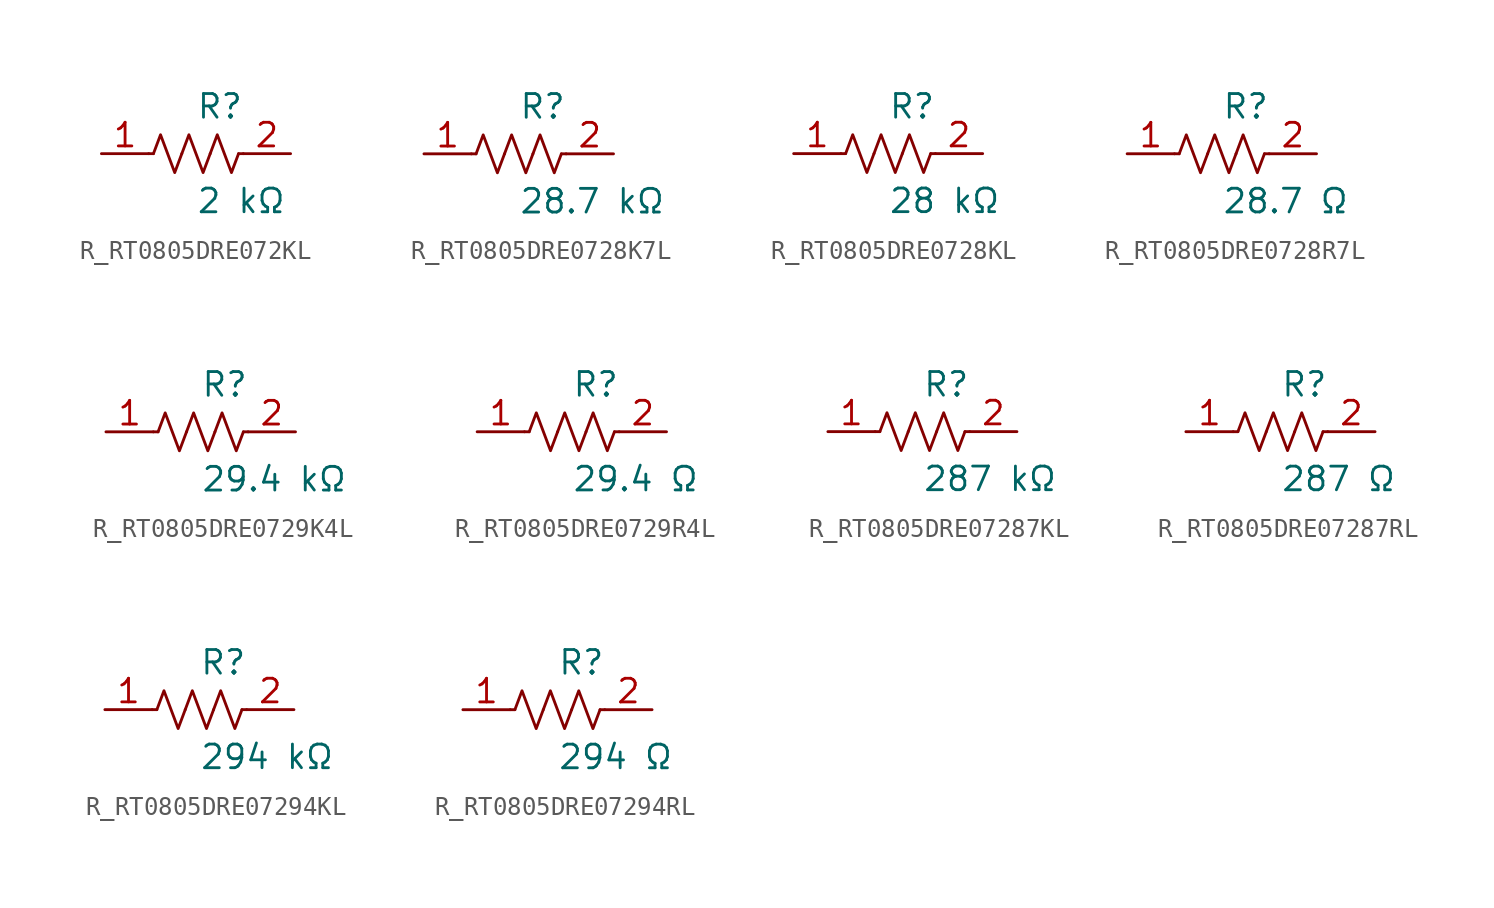
<source format=kicad_sym>
(kicad_symbol_lib
  (version 20231120)
  (generator kicad_symbol_editor)
  (generator_version 8.0)
  (symbol "R_RT0805DRE072KL"
    (pin_names
      (offset 0.254))
    (property "Reference" "R"
      (at 0 2.54 0)
      (effects (font (size 1.27 1.27)) (justify left)))
    (property "Value" "2 kΩ"
      (at 0 -2.54 0)
      (effects (font (size 1.27 1.27)) (justify left)))
    (symbol "R_RT0805DRE072KL_0_1"
      (polyline (pts (xy 2.286 0) (xy 2.54 0)) (stroke (width 0) (type default)) (fill (type none)))
      (polyline (pts (xy -2.286 0) (xy -2.54 0)) (stroke (width 0) (type default)) (fill (type none)))
      (polyline (pts (xy 0.762 0) (xy 1.143 1.016) (xy 1.524 0) (xy 1.905 -1.016) (xy 2.286 0)) (stroke (width 0) (type default)) (fill (type none)))
      (polyline (pts (xy -0.762 0) (xy -0.381 1.016) (xy 0 0) (xy 0.381 -1.016) (xy 0.762 0)) (stroke (width 0) (type default)) (fill (type none)))
      (polyline (pts (xy -2.286 0) (xy -1.905 1.016) (xy -1.524 0) (xy -1.143 -1.016) (xy -0.762 0)) (stroke (width 0) (type default)) (fill (type none))))
    (pin passive line
      (at -5.08 0 0)
      (length 2.54)
      (name "" (effects (font (size 1.27 1.27))))
      (number "1" (effects (font (size 1.27 1.27)))))
    (pin passive line
      (at 5.08 0 180)
      (length 2.54)
      (name "" (effects (font (size 1.27 1.27))))
      (number "2" (effects (font (size 1.27 1.27))))))
  (symbol "R_RT0805DRE0728K7L"
    (pin_names
      (offset 0.254))
    (property "Reference" "R"
      (at 0 2.54 0)
      (effects (font (size 1.27 1.27)) (justify left)))
    (property "Value" "28.7 kΩ"
      (at 0 -2.54 0)
      (effects (font (size 1.27 1.27)) (justify left)))
    (symbol "R_RT0805DRE0728K7L_0_1"
      (polyline (pts (xy 2.286 0) (xy 2.54 0)) (stroke (width 0) (type default)) (fill (type none)))
      (polyline (pts (xy -2.286 0) (xy -2.54 0)) (stroke (width 0) (type default)) (fill (type none)))
      (polyline (pts (xy 0.762 0) (xy 1.143 1.016) (xy 1.524 0) (xy 1.905 -1.016) (xy 2.286 0)) (stroke (width 0) (type default)) (fill (type none)))
      (polyline (pts (xy -0.762 0) (xy -0.381 1.016) (xy 0 0) (xy 0.381 -1.016) (xy 0.762 0)) (stroke (width 0) (type default)) (fill (type none)))
      (polyline (pts (xy -2.286 0) (xy -1.905 1.016) (xy -1.524 0) (xy -1.143 -1.016) (xy -0.762 0)) (stroke (width 0) (type default)) (fill (type none))))
    (pin passive line
      (at -5.08 0 0)
      (length 2.54)
      (name "" (effects (font (size 1.27 1.27))))
      (number "1" (effects (font (size 1.27 1.27)))))
    (pin passive line
      (at 5.08 0 180)
      (length 2.54)
      (name "" (effects (font (size 1.27 1.27))))
      (number "2" (effects (font (size 1.27 1.27))))))
  (symbol "R_RT0805DRE0728KL"
    (pin_names
      (offset 0.254))
    (property "Reference" "R"
      (at 0 2.54 0)
      (effects (font (size 1.27 1.27)) (justify left)))
    (property "Value" "28 kΩ"
      (at 0 -2.54 0)
      (effects (font (size 1.27 1.27)) (justify left)))
    (symbol "R_RT0805DRE0728KL_0_1"
      (polyline (pts (xy 2.286 0) (xy 2.54 0)) (stroke (width 0) (type default)) (fill (type none)))
      (polyline (pts (xy -2.286 0) (xy -2.54 0)) (stroke (width 0) (type default)) (fill (type none)))
      (polyline (pts (xy 0.762 0) (xy 1.143 1.016) (xy 1.524 0) (xy 1.905 -1.016) (xy 2.286 0)) (stroke (width 0) (type default)) (fill (type none)))
      (polyline (pts (xy -0.762 0) (xy -0.381 1.016) (xy 0 0) (xy 0.381 -1.016) (xy 0.762 0)) (stroke (width 0) (type default)) (fill (type none)))
      (polyline (pts (xy -2.286 0) (xy -1.905 1.016) (xy -1.524 0) (xy -1.143 -1.016) (xy -0.762 0)) (stroke (width 0) (type default)) (fill (type none))))
    (pin passive line
      (at -5.08 0 0)
      (length 2.54)
      (name "" (effects (font (size 1.27 1.27))))
      (number "1" (effects (font (size 1.27 1.27)))))
    (pin passive line
      (at 5.08 0 180)
      (length 2.54)
      (name "" (effects (font (size 1.27 1.27))))
      (number "2" (effects (font (size 1.27 1.27))))))
  (symbol "R_RT0805DRE0728R7L"
    (pin_names
      (offset 0.254))
    (property "Reference" "R"
      (at 0 2.54 0)
      (effects (font (size 1.27 1.27)) (justify left)))
    (property "Value" "28.7 Ω"
      (at 0 -2.54 0)
      (effects (font (size 1.27 1.27)) (justify left)))
    (symbol "R_RT0805DRE0728R7L_0_1"
      (polyline (pts (xy 2.286 0) (xy 2.54 0)) (stroke (width 0) (type default)) (fill (type none)))
      (polyline (pts (xy -2.286 0) (xy -2.54 0)) (stroke (width 0) (type default)) (fill (type none)))
      (polyline (pts (xy 0.762 0) (xy 1.143 1.016) (xy 1.524 0) (xy 1.905 -1.016) (xy 2.286 0)) (stroke (width 0) (type default)) (fill (type none)))
      (polyline (pts (xy -0.762 0) (xy -0.381 1.016) (xy 0 0) (xy 0.381 -1.016) (xy 0.762 0)) (stroke (width 0) (type default)) (fill (type none)))
      (polyline (pts (xy -2.286 0) (xy -1.905 1.016) (xy -1.524 0) (xy -1.143 -1.016) (xy -0.762 0)) (stroke (width 0) (type default)) (fill (type none))))
    (pin passive line
      (at -5.08 0 0)
      (length 2.54)
      (name "" (effects (font (size 1.27 1.27))))
      (number "1" (effects (font (size 1.27 1.27)))))
    (pin passive line
      (at 5.08 0 180)
      (length 2.54)
      (name "" (effects (font (size 1.27 1.27))))
      (number "2" (effects (font (size 1.27 1.27))))))
  (symbol "R_RT0805DRE0729K4L"
    (pin_names
      (offset 0.254))
    (property "Reference" "R"
      (at 0 2.54 0)
      (effects (font (size 1.27 1.27)) (justify left)))
    (property "Value" "29.4 kΩ"
      (at 0 -2.54 0)
      (effects (font (size 1.27 1.27)) (justify left)))
    (symbol "R_RT0805DRE0729K4L_0_1"
      (polyline (pts (xy 2.286 0) (xy 2.54 0)) (stroke (width 0) (type default)) (fill (type none)))
      (polyline (pts (xy -2.286 0) (xy -2.54 0)) (stroke (width 0) (type default)) (fill (type none)))
      (polyline (pts (xy 0.762 0) (xy 1.143 1.016) (xy 1.524 0) (xy 1.905 -1.016) (xy 2.286 0)) (stroke (width 0) (type default)) (fill (type none)))
      (polyline (pts (xy -0.762 0) (xy -0.381 1.016) (xy 0 0) (xy 0.381 -1.016) (xy 0.762 0)) (stroke (width 0) (type default)) (fill (type none)))
      (polyline (pts (xy -2.286 0) (xy -1.905 1.016) (xy -1.524 0) (xy -1.143 -1.016) (xy -0.762 0)) (stroke (width 0) (type default)) (fill (type none))))
    (pin passive line
      (at -5.08 0 0)
      (length 2.54)
      (name "" (effects (font (size 1.27 1.27))))
      (number "1" (effects (font (size 1.27 1.27)))))
    (pin passive line
      (at 5.08 0 180)
      (length 2.54)
      (name "" (effects (font (size 1.27 1.27))))
      (number "2" (effects (font (size 1.27 1.27))))))
  (symbol "R_RT0805DRE0729R4L"
    (pin_names
      (offset 0.254))
    (property "Reference" "R"
      (at 0 2.54 0)
      (effects (font (size 1.27 1.27)) (justify left)))
    (property "Value" "29.4 Ω"
      (at 0 -2.54 0)
      (effects (font (size 1.27 1.27)) (justify left)))
    (symbol "R_RT0805DRE0729R4L_0_1"
      (polyline (pts (xy 2.286 0) (xy 2.54 0)) (stroke (width 0) (type default)) (fill (type none)))
      (polyline (pts (xy -2.286 0) (xy -2.54 0)) (stroke (width 0) (type default)) (fill (type none)))
      (polyline (pts (xy 0.762 0) (xy 1.143 1.016) (xy 1.524 0) (xy 1.905 -1.016) (xy 2.286 0)) (stroke (width 0) (type default)) (fill (type none)))
      (polyline (pts (xy -0.762 0) (xy -0.381 1.016) (xy 0 0) (xy 0.381 -1.016) (xy 0.762 0)) (stroke (width 0) (type default)) (fill (type none)))
      (polyline (pts (xy -2.286 0) (xy -1.905 1.016) (xy -1.524 0) (xy -1.143 -1.016) (xy -0.762 0)) (stroke (width 0) (type default)) (fill (type none))))
    (pin passive line
      (at -5.08 0 0)
      (length 2.54)
      (name "" (effects (font (size 1.27 1.27))))
      (number "1" (effects (font (size 1.27 1.27)))))
    (pin passive line
      (at 5.08 0 180)
      (length 2.54)
      (name "" (effects (font (size 1.27 1.27))))
      (number "2" (effects (font (size 1.27 1.27))))))
  (symbol "R_RT0805DRE07287KL"
    (pin_names
      (offset 0.254))
    (property "Reference" "R"
      (at 0 2.54 0)
      (effects (font (size 1.27 1.27)) (justify left)))
    (property "Value" "287 kΩ"
      (at 0 -2.54 0)
      (effects (font (size 1.27 1.27)) (justify left)))
    (symbol "R_RT0805DRE07287KL_0_1"
      (polyline (pts (xy 2.286 0) (xy 2.54 0)) (stroke (width 0) (type default)) (fill (type none)))
      (polyline (pts (xy -2.286 0) (xy -2.54 0)) (stroke (width 0) (type default)) (fill (type none)))
      (polyline (pts (xy 0.762 0) (xy 1.143 1.016) (xy 1.524 0) (xy 1.905 -1.016) (xy 2.286 0)) (stroke (width 0) (type default)) (fill (type none)))
      (polyline (pts (xy -0.762 0) (xy -0.381 1.016) (xy 0 0) (xy 0.381 -1.016) (xy 0.762 0)) (stroke (width 0) (type default)) (fill (type none)))
      (polyline (pts (xy -2.286 0) (xy -1.905 1.016) (xy -1.524 0) (xy -1.143 -1.016) (xy -0.762 0)) (stroke (width 0) (type default)) (fill (type none))))
    (pin passive line
      (at -5.08 0 0)
      (length 2.54)
      (name "" (effects (font (size 1.27 1.27))))
      (number "1" (effects (font (size 1.27 1.27)))))
    (pin passive line
      (at 5.08 0 180)
      (length 2.54)
      (name "" (effects (font (size 1.27 1.27))))
      (number "2" (effects (font (size 1.27 1.27))))))
  (symbol "R_RT0805DRE07287RL"
    (pin_names
      (offset 0.254))
    (property "Reference" "R"
      (at 0 2.54 0)
      (effects (font (size 1.27 1.27)) (justify left)))
    (property "Value" "287 Ω"
      (at 0 -2.54 0)
      (effects (font (size 1.27 1.27)) (justify left)))
    (symbol "R_RT0805DRE07287RL_0_1"
      (polyline (pts (xy 2.286 0) (xy 2.54 0)) (stroke (width 0) (type default)) (fill (type none)))
      (polyline (pts (xy -2.286 0) (xy -2.54 0)) (stroke (width 0) (type default)) (fill (type none)))
      (polyline (pts (xy 0.762 0) (xy 1.143 1.016) (xy 1.524 0) (xy 1.905 -1.016) (xy 2.286 0)) (stroke (width 0) (type default)) (fill (type none)))
      (polyline (pts (xy -0.762 0) (xy -0.381 1.016) (xy 0 0) (xy 0.381 -1.016) (xy 0.762 0)) (stroke (width 0) (type default)) (fill (type none)))
      (polyline (pts (xy -2.286 0) (xy -1.905 1.016) (xy -1.524 0) (xy -1.143 -1.016) (xy -0.762 0)) (stroke (width 0) (type default)) (fill (type none))))
    (pin passive line
      (at -5.08 0 0)
      (length 2.54)
      (name "" (effects (font (size 1.27 1.27))))
      (number "1" (effects (font (size 1.27 1.27)))))
    (pin passive line
      (at 5.08 0 180)
      (length 2.54)
      (name "" (effects (font (size 1.27 1.27))))
      (number "2" (effects (font (size 1.27 1.27))))))
  (symbol "R_RT0805DRE07294KL"
    (pin_names
      (offset 0.254))
    (property "Reference" "R"
      (at 0 2.54 0)
      (effects (font (size 1.27 1.27)) (justify left)))
    (property "Value" "294 kΩ"
      (at 0 -2.54 0)
      (effects (font (size 1.27 1.27)) (justify left)))
    (symbol "R_RT0805DRE07294KL_0_1"
      (polyline (pts (xy 2.286 0) (xy 2.54 0)) (stroke (width 0) (type default)) (fill (type none)))
      (polyline (pts (xy -2.286 0) (xy -2.54 0)) (stroke (width 0) (type default)) (fill (type none)))
      (polyline (pts (xy 0.762 0) (xy 1.143 1.016) (xy 1.524 0) (xy 1.905 -1.016) (xy 2.286 0)) (stroke (width 0) (type default)) (fill (type none)))
      (polyline (pts (xy -0.762 0) (xy -0.381 1.016) (xy 0 0) (xy 0.381 -1.016) (xy 0.762 0)) (stroke (width 0) (type default)) (fill (type none)))
      (polyline (pts (xy -2.286 0) (xy -1.905 1.016) (xy -1.524 0) (xy -1.143 -1.016) (xy -0.762 0)) (stroke (width 0) (type default)) (fill (type none))))
    (pin passive line
      (at -5.08 0 0)
      (length 2.54)
      (name "" (effects (font (size 1.27 1.27))))
      (number "1" (effects (font (size 1.27 1.27)))))
    (pin passive line
      (at 5.08 0 180)
      (length 2.54)
      (name "" (effects (font (size 1.27 1.27))))
      (number "2" (effects (font (size 1.27 1.27))))))
  (symbol "R_RT0805DRE07294RL"
    (pin_names
      (offset 0.254))
    (property "Reference" "R"
      (at 0 2.54 0)
      (effects (font (size 1.27 1.27)) (justify left)))
    (property "Value" "294 Ω"
      (at 0 -2.54 0)
      (effects (font (size 1.27 1.27)) (justify left)))
    (symbol "R_RT0805DRE07294RL_0_1"
      (polyline (pts (xy 2.286 0) (xy 2.54 0)) (stroke (width 0) (type default)) (fill (type none)))
      (polyline (pts (xy -2.286 0) (xy -2.54 0)) (stroke (width 0) (type default)) (fill (type none)))
      (polyline (pts (xy 0.762 0) (xy 1.143 1.016) (xy 1.524 0) (xy 1.905 -1.016) (xy 2.286 0)) (stroke (width 0) (type default)) (fill (type none)))
      (polyline (pts (xy -0.762 0) (xy -0.381 1.016) (xy 0 0) (xy 0.381 -1.016) (xy 0.762 0)) (stroke (width 0) (type default)) (fill (type none)))
      (polyline (pts (xy -2.286 0) (xy -1.905 1.016) (xy -1.524 0) (xy -1.143 -1.016) (xy -0.762 0)) (stroke (width 0) (type default)) (fill (type none))))
    (pin passive line
      (at -5.08 0 0)
      (length 2.54)
      (name "" (effects (font (size 1.27 1.27))))
      (number "1" (effects (font (size 1.27 1.27)))))
    (pin passive line
      (at 5.08 0 180)
      (length 2.54)
      (name "" (effects (font (size 1.27 1.27))))
      (number "2" (effects (font (size 1.27 1.27)))))))
</source>
